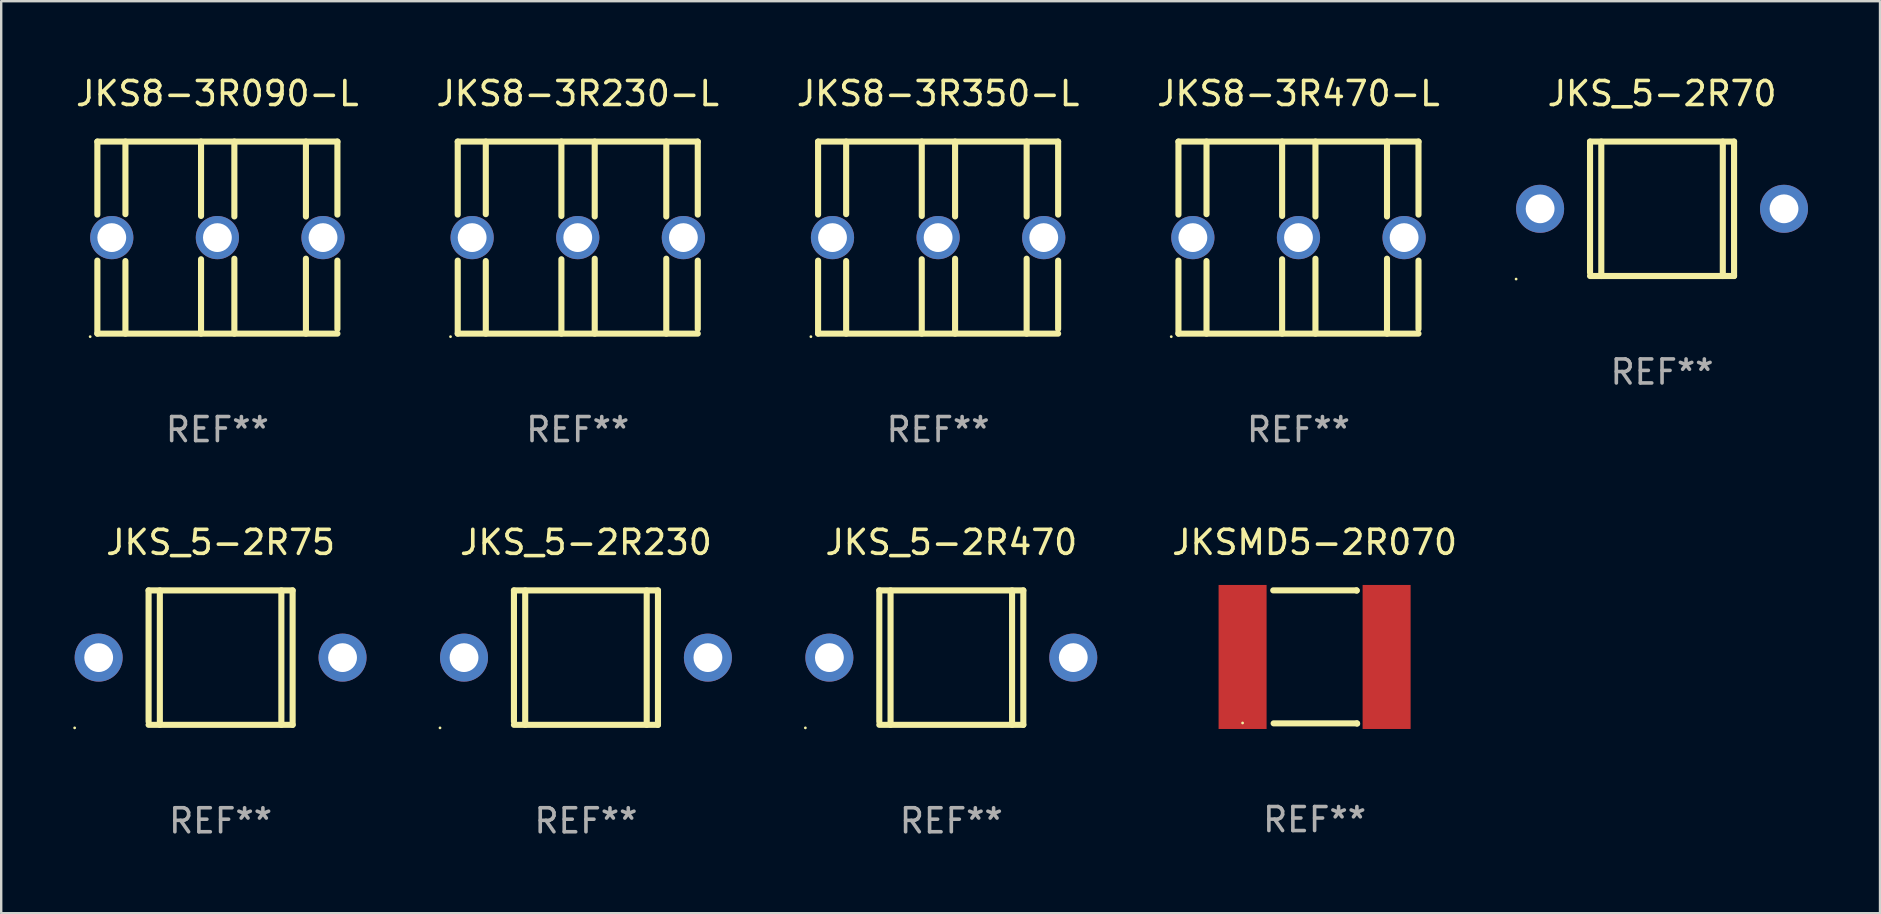
<source format=kicad_pcb>
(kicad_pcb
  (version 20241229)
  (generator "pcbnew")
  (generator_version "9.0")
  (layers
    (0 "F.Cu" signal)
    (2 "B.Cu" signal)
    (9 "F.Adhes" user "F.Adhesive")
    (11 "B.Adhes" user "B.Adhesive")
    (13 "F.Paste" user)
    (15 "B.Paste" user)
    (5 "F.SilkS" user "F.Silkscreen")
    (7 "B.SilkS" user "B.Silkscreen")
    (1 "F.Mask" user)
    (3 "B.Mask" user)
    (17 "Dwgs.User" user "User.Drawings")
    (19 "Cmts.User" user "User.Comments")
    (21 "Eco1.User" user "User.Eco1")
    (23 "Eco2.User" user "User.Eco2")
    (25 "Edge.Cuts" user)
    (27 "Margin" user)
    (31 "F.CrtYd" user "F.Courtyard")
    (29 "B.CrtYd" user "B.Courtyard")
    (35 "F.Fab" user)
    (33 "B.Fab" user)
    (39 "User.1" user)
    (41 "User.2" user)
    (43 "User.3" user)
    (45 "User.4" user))
  (footprint "JKS_5-2R75"
    (layer "F.Cu")
    (at 6.14 24.345)
    (property "Reference" "JKS_5-2R75" (at 0 -4.8 0) (layer "F.SilkS") (effects (font (size 1 1) (thickness 0.15))))
    (attr through_hole)
    (fp_line (start -3 -2.8) (end -3 2.667) (stroke (width 0.254) (type solid)) (layer "F.SilkS"))
    (fp_line (start -3 -2.8) (end 3 -2.8) (stroke (width 0.254) (type solid)) (layer "F.SilkS"))
    (fp_line (start -3 2.8) (end 3 2.8) (stroke (width 0.254) (type solid)) (layer "F.SilkS"))
    (fp_line (start -2.531 -2.8) (end -2.531 2.8) (stroke (width 0.254) (type solid)) (layer "F.SilkS"))
    (fp_line (start 2.531 -2.8) (end 2.531 2.8) (stroke (width 0.254) (type solid)) (layer "F.SilkS"))
    (fp_line (start 3 -2.8) (end 3 2.8) (stroke (width 0.254) (type solid)) (layer "F.SilkS"))
    (fp_circle (center -6.08 2.927) (end -6.05 2.927) (stroke (width 0.06) (type solid)) (fill no) (layer "F.SilkS"))
    (fp_text user "REF**" (at 0 6.8 0) (layer "F.Fab") (effects (font (size 1 1) (thickness 0.15))))
    (pad "1" thru_hole circle (at -5.08 0) (size 2 2) (drill 1.2) (layers "*.Cu" "*.Mask"))
    (pad "2" thru_hole circle (at 5.08 0) (size 2 2) (drill 1.2) (layers "*.Cu" "*.Mask")))
  (footprint "JKS8-3R350-L"
    (layer "F.Cu")
    (at 36.03 6.848)
    (property "Reference" "JKS8-3R350-L" (at 0 -6 0) (layer "F.SilkS") (effects (font (size 1 1) (thickness 0.15))))
    (attr through_hole)
    (fp_line (start -5 -4) (end -5 -0.958) (stroke (width 0.254) (type solid)) (layer "F.SilkS"))
    (fp_line (start -5 -4) (end 5 -4) (stroke (width 0.254) (type solid)) (layer "F.SilkS"))
    (fp_line (start -5 0.958) (end -5 4) (stroke (width 0.254) (type solid)) (layer "F.SilkS"))
    (fp_line (start -3.831 -0.977) (end -3.831 -4) (stroke (width 0.254) (type solid)) (layer "F.SilkS"))
    (fp_line (start -3.831 4) (end -3.831 0.977) (stroke (width 0.254) (type solid)) (layer "F.SilkS"))
    (fp_line (start -0.681 -4) (end -0.681 -0.902) (stroke (width 0.254) (type solid)) (layer "F.SilkS"))
    (fp_line (start -0.681 0.902) (end -0.681 4) (stroke (width 0.254) (type solid)) (layer "F.SilkS"))
    (fp_line (start 0.707 -0.882) (end 0.707 -4) (stroke (width 0.254) (type solid)) (layer "F.SilkS"))
    (fp_line (start 0.707 4) (end 0.707 0.882) (stroke (width 0.254) (type solid)) (layer "F.SilkS"))
    (fp_line (start 3.688 -4) (end 3.688 -0.878) (stroke (width 0.254) (type solid)) (layer "F.SilkS"))
    (fp_line (start 3.688 0.878) (end 3.688 4) (stroke (width 0.254) (type solid)) (layer "F.SilkS"))
    (fp_line (start 5 -4) (end 5 -0.958) (stroke (width 0.254) (type solid)) (layer "F.SilkS"))
    (fp_line (start 5 0.958) (end 5 3.81) (stroke (width 0.254) (type solid)) (layer "F.SilkS"))
    (fp_line (start 5 4) (end -5 4) (stroke (width 0.254) (type solid)) (layer "F.SilkS"))
    (fp_circle (center -5.3 4.127) (end -5.27 4.127) (stroke (width 0.06) (type solid)) (fill no) (layer "F.SilkS"))
    (fp_text user "REF**" (at 0 8 0) (layer "F.Fab") (effects (font (size 1 1) (thickness 0.15))))
    (pad "1" thru_hole circle (at -4.4 0) (size 1.8 1.8) (drill 1.2) (layers "*.Cu" "*.Mask"))
    (pad "2" thru_hole circle (at 0 0) (size 1.8 1.8) (drill 1.2) (layers "*.Cu" "*.Mask"))
    (pad "3" thru_hole circle (at 4.4 0) (size 1.8 1.8) (drill 1.2) (layers "*.Cu" "*.Mask")))
  (footprint "JKS_5-2R230"
    (layer "F.Cu")
    (at 21.36 24.345)
    (property "Reference" "JKS_5-2R230" (at 0 -4.8 0) (layer "F.SilkS") (effects (font (size 1 1) (thickness 0.15))))
    (attr through_hole)
    (fp_line (start -3 -2.8) (end -3 2.667) (stroke (width 0.254) (type solid)) (layer "F.SilkS"))
    (fp_line (start -3 -2.8) (end 3 -2.8) (stroke (width 0.254) (type solid)) (layer "F.SilkS"))
    (fp_line (start -3 2.8) (end 3 2.8) (stroke (width 0.254) (type solid)) (layer "F.SilkS"))
    (fp_line (start -2.531 -2.8) (end -2.531 2.8) (stroke (width 0.254) (type solid)) (layer "F.SilkS"))
    (fp_line (start 2.531 -2.8) (end 2.531 2.8) (stroke (width 0.254) (type solid)) (layer "F.SilkS"))
    (fp_line (start 3 -2.8) (end 3 2.8) (stroke (width 0.254) (type solid)) (layer "F.SilkS"))
    (fp_circle (center -6.08 2.927) (end -6.05 2.927) (stroke (width 0.06) (type solid)) (fill no) (layer "F.SilkS"))
    (fp_text user "REF**" (at 0 6.8 0) (layer "F.Fab") (effects (font (size 1 1) (thickness 0.15))))
    (pad "1" thru_hole circle (at -5.08 0) (size 2 2) (drill 1.2) (layers "*.Cu" "*.Mask"))
    (pad "2" thru_hole circle (at 5.08 0) (size 2 2) (drill 1.2) (layers "*.Cu" "*.Mask")))
  (footprint "JKS8-3R090-L"
    (layer "F.Cu")
    (at 6.006 6.848)
    (property "Reference" "JKS8-3R090-L" (at 0 -6 0) (layer "F.SilkS") (effects (font (size 1 1) (thickness 0.15))))
    (attr through_hole)
    (fp_line (start -5 -4) (end -5 -0.958) (stroke (width 0.254) (type solid)) (layer "F.SilkS"))
    (fp_line (start -5 -4) (end 5 -4) (stroke (width 0.254) (type solid)) (layer "F.SilkS"))
    (fp_line (start -5 0.958) (end -5 4) (stroke (width 0.254) (type solid)) (layer "F.SilkS"))
    (fp_line (start -3.831 -0.977) (end -3.831 -4) (stroke (width 0.254) (type solid)) (layer "F.SilkS"))
    (fp_line (start -3.831 4) (end -3.831 0.977) (stroke (width 0.254) (type solid)) (layer "F.SilkS"))
    (fp_line (start -0.681 -4) (end -0.681 -0.902) (stroke (width 0.254) (type solid)) (layer "F.SilkS"))
    (fp_line (start -0.681 0.902) (end -0.681 4) (stroke (width 0.254) (type solid)) (layer "F.SilkS"))
    (fp_line (start 0.707 -0.882) (end 0.707 -4) (stroke (width 0.254) (type solid)) (layer "F.SilkS"))
    (fp_line (start 0.707 4) (end 0.707 0.882) (stroke (width 0.254) (type solid)) (layer "F.SilkS"))
    (fp_line (start 3.688 -4) (end 3.688 -0.878) (stroke (width 0.254) (type solid)) (layer "F.SilkS"))
    (fp_line (start 3.688 0.878) (end 3.688 4) (stroke (width 0.254) (type solid)) (layer "F.SilkS"))
    (fp_line (start 5 -4) (end 5 -0.958) (stroke (width 0.254) (type solid)) (layer "F.SilkS"))
    (fp_line (start 5 0.958) (end 5 3.81) (stroke (width 0.254) (type solid)) (layer "F.SilkS"))
    (fp_line (start 5 4) (end -5 4) (stroke (width 0.254) (type solid)) (layer "F.SilkS"))
    (fp_circle (center -5.3 4.127) (end -5.27 4.127) (stroke (width 0.06) (type solid)) (fill no) (layer "F.SilkS"))
    (fp_text user "REF**" (at 0 8 0) (layer "F.Fab") (effects (font (size 1 1) (thickness 0.15))))
    (pad "1" thru_hole circle (at -4.4 0) (size 1.8 1.8) (drill 1.2) (layers "*.Cu" "*.Mask"))
    (pad "2" thru_hole circle (at 0 0) (size 1.8 1.8) (drill 1.2) (layers "*.Cu" "*.Mask"))
    (pad "3" thru_hole circle (at 4.4 0) (size 1.8 1.8) (drill 1.2) (layers "*.Cu" "*.Mask")))
  (footprint "JKS8-3R470-L"
    (layer "F.Cu")
    (at 51.042 6.848)
    (property "Reference" "JKS8-3R470-L" (at 0 -6 0) (layer "F.SilkS") (effects (font (size 1 1) (thickness 0.15))))
    (attr through_hole)
    (fp_line (start -5 -4) (end -5 -0.958) (stroke (width 0.254) (type solid)) (layer "F.SilkS"))
    (fp_line (start -5 -4) (end 5 -4) (stroke (width 0.254) (type solid)) (layer "F.SilkS"))
    (fp_line (start -5 0.958) (end -5 4) (stroke (width 0.254) (type solid)) (layer "F.SilkS"))
    (fp_line (start -3.831 -0.977) (end -3.831 -4) (stroke (width 0.254) (type solid)) (layer "F.SilkS"))
    (fp_line (start -3.831 4) (end -3.831 0.977) (stroke (width 0.254) (type solid)) (layer "F.SilkS"))
    (fp_line (start -0.681 -4) (end -0.681 -0.902) (stroke (width 0.254) (type solid)) (layer "F.SilkS"))
    (fp_line (start -0.681 0.902) (end -0.681 4) (stroke (width 0.254) (type solid)) (layer "F.SilkS"))
    (fp_line (start 0.707 -0.882) (end 0.707 -4) (stroke (width 0.254) (type solid)) (layer "F.SilkS"))
    (fp_line (start 0.707 4) (end 0.707 0.882) (stroke (width 0.254) (type solid)) (layer "F.SilkS"))
    (fp_line (start 3.688 -4) (end 3.688 -0.878) (stroke (width 0.254) (type solid)) (layer "F.SilkS"))
    (fp_line (start 3.688 0.878) (end 3.688 4) (stroke (width 0.254) (type solid)) (layer "F.SilkS"))
    (fp_line (start 5 -4) (end 5 -0.958) (stroke (width 0.254) (type solid)) (layer "F.SilkS"))
    (fp_line (start 5 0.958) (end 5 3.81) (stroke (width 0.254) (type solid)) (layer "F.SilkS"))
    (fp_line (start 5 4) (end -5 4) (stroke (width 0.254) (type solid)) (layer "F.SilkS"))
    (fp_circle (center -5.3 4.127) (end -5.27 4.127) (stroke (width 0.06) (type solid)) (fill no) (layer "F.SilkS"))
    (fp_text user "REF**" (at 0 8 0) (layer "F.Fab") (effects (font (size 1 1) (thickness 0.15))))
    (pad "1" thru_hole circle (at -4.4 0) (size 1.8 1.8) (drill 1.2) (layers "*.Cu" "*.Mask"))
    (pad "2" thru_hole circle (at 0 0) (size 1.8 1.8) (drill 1.2) (layers "*.Cu" "*.Mask"))
    (pad "3" thru_hole circle (at 4.4 0) (size 1.8 1.8) (drill 1.2) (layers "*.Cu" "*.Mask")))
  (footprint "JKSMD5-2R070"
    (layer "F.Cu")
    (at 51.714 24.319)
    (property "Reference" "JKSMD5-2R070" (at 0 -4.775 0) (layer "F.SilkS") (effects (font (size 1 1) (thickness 0.15))))
    (attr through_hole)
    (fp_line (start -1.724 -2.775) (end 1.747 -2.775) (stroke (width 0.254) (type solid)) (layer "F.SilkS"))
    (fp_line (start -1.707 2.765) (end 1.764 2.765) (stroke (width 0.254) (type solid)) (layer "F.SilkS"))
    (fp_line (start 1.747 -2.775) (end 1.757 -2.765) (stroke (width 0.254) (type solid)) (layer "F.SilkS"))
    (fp_line (start 1.764 2.765) (end 1.773 2.775) (stroke (width 0.254) (type solid)) (layer "F.SilkS"))
    (fp_circle (center -3 2.749) (end -2.97 2.749) (stroke (width 0.06) (type solid)) (fill no) (layer "F.SilkS"))
    (fp_text user "REF**" (at 0 6.775 0) (layer "F.Fab") (effects (font (size 1 1) (thickness 0.15))))
    (pad "1" smd rect (at -3 -0.001) (size 2 6) (layers "F.Cu" "F.Mask" "F.Paste"))
    (pad "2" smd rect (at 3 -0.001) (size 2 6) (layers "F.Cu" "F.Mask" "F.Paste")))
  (footprint "JKS_5-2R470"
    (layer "F.Cu")
    (at 36.58 24.345)
    (property "Reference" "JKS_5-2R470" (at 0 -4.8 0) (layer "F.SilkS") (effects (font (size 1 1) (thickness 0.15))))
    (attr through_hole)
    (fp_line (start -3 -2.8) (end -3 2.667) (stroke (width 0.254) (type solid)) (layer "F.SilkS"))
    (fp_line (start -3 -2.8) (end 3 -2.8) (stroke (width 0.254) (type solid)) (layer "F.SilkS"))
    (fp_line (start -3 2.8) (end 3 2.8) (stroke (width 0.254) (type solid)) (layer "F.SilkS"))
    (fp_line (start -2.531 -2.8) (end -2.531 2.8) (stroke (width 0.254) (type solid)) (layer "F.SilkS"))
    (fp_line (start 2.531 -2.8) (end 2.531 2.8) (stroke (width 0.254) (type solid)) (layer "F.SilkS"))
    (fp_line (start 3 -2.8) (end 3 2.8) (stroke (width 0.254) (type solid)) (layer "F.SilkS"))
    (fp_circle (center -6.08 2.927) (end -6.05 2.927) (stroke (width 0.06) (type solid)) (fill no) (layer "F.SilkS"))
    (fp_text user "REF**" (at 0 6.8 0) (layer "F.Fab") (effects (font (size 1 1) (thickness 0.15))))
    (pad "1" thru_hole circle (at -5.08 0) (size 2 2) (drill 1.2) (layers "*.Cu" "*.Mask"))
    (pad "2" thru_hole circle (at 5.08 0) (size 2 2) (drill 1.2) (layers "*.Cu" "*.Mask")))
  (footprint "JKS_5-2R70"
    (layer "F.Cu")
    (at 66.188 5.648)
    (property "Reference" "JKS_5-2R70" (at 0 -4.8 0) (layer "F.SilkS") (effects (font (size 1 1) (thickness 0.15))))
    (attr through_hole)
    (fp_line (start -3 -2.8) (end -3 2.667) (stroke (width 0.254) (type solid)) (layer "F.SilkS"))
    (fp_line (start -3 -2.8) (end 3 -2.8) (stroke (width 0.254) (type solid)) (layer "F.SilkS"))
    (fp_line (start -3 2.8) (end 3 2.8) (stroke (width 0.254) (type solid)) (layer "F.SilkS"))
    (fp_line (start -2.531 -2.8) (end -2.531 2.8) (stroke (width 0.254) (type solid)) (layer "F.SilkS"))
    (fp_line (start 2.531 -2.8) (end 2.531 2.8) (stroke (width 0.254) (type solid)) (layer "F.SilkS"))
    (fp_line (start 3 -2.8) (end 3 2.8) (stroke (width 0.254) (type solid)) (layer "F.SilkS"))
    (fp_circle (center -6.08 2.927) (end -6.05 2.927) (stroke (width 0.06) (type solid)) (fill no) (layer "F.SilkS"))
    (fp_text user "REF**" (at 0 6.8 0) (layer "F.Fab") (effects (font (size 1 1) (thickness 0.15))))
    (pad "1" thru_hole circle (at -5.08 0) (size 2 2) (drill 1.2) (layers "*.Cu" "*.Mask"))
    (pad "2" thru_hole circle (at 5.08 0) (size 2 2) (drill 1.2) (layers "*.Cu" "*.Mask")))
  (footprint "JKS8-3R230-L"
    (layer "F.Cu")
    (at 21.018 6.848)
    (property "Reference" "JKS8-3R230-L" (at 0 -6 0) (layer "F.SilkS") (effects (font (size 1 1) (thickness 0.15))))
    (attr through_hole)
    (fp_line (start -5 -4) (end -5 -0.958) (stroke (width 0.254) (type solid)) (layer "F.SilkS"))
    (fp_line (start -5 -4) (end 5 -4) (stroke (width 0.254) (type solid)) (layer "F.SilkS"))
    (fp_line (start -5 0.958) (end -5 4) (stroke (width 0.254) (type solid)) (layer "F.SilkS"))
    (fp_line (start -3.831 -0.977) (end -3.831 -4) (stroke (width 0.254) (type solid)) (layer "F.SilkS"))
    (fp_line (start -3.831 4) (end -3.831 0.977) (stroke (width 0.254) (type solid)) (layer "F.SilkS"))
    (fp_line (start -0.681 -4) (end -0.681 -0.902) (stroke (width 0.254) (type solid)) (layer "F.SilkS"))
    (fp_line (start -0.681 0.902) (end -0.681 4) (stroke (width 0.254) (type solid)) (layer "F.SilkS"))
    (fp_line (start 0.707 -0.882) (end 0.707 -4) (stroke (width 0.254) (type solid)) (layer "F.SilkS"))
    (fp_line (start 0.707 4) (end 0.707 0.882) (stroke (width 0.254) (type solid)) (layer "F.SilkS"))
    (fp_line (start 3.688 -4) (end 3.688 -0.878) (stroke (width 0.254) (type solid)) (layer "F.SilkS"))
    (fp_line (start 3.688 0.878) (end 3.688 4) (stroke (width 0.254) (type solid)) (layer "F.SilkS"))
    (fp_line (start 5 -4) (end 5 -0.958) (stroke (width 0.254) (type solid)) (layer "F.SilkS"))
    (fp_line (start 5 0.958) (end 5 3.81) (stroke (width 0.254) (type solid)) (layer "F.SilkS"))
    (fp_line (start 5 4) (end -5 4) (stroke (width 0.254) (type solid)) (layer "F.SilkS"))
    (fp_circle (center -5.3 4.127) (end -5.27 4.127) (stroke (width 0.06) (type solid)) (fill no) (layer "F.SilkS"))
    (fp_text user "REF**" (at 0 8 0) (layer "F.Fab") (effects (font (size 1 1) (thickness 0.15))))
    (pad "1" thru_hole circle (at -4.4 0) (size 1.8 1.8) (drill 1.2) (layers "*.Cu" "*.Mask"))
    (pad "2" thru_hole circle (at 0 0) (size 1.8 1.8) (drill 1.2) (layers "*.Cu" "*.Mask"))
    (pad "3" thru_hole circle (at 4.4 0) (size 1.8 1.8) (drill 1.2) (layers "*.Cu" "*.Mask")))
  (gr_rect
    (start -3 -3)
    (end 75.268 34.993)
    (stroke (width 0.1) (type default))
    (fill no)
    (layer "Edge.Cuts")))
</source>
